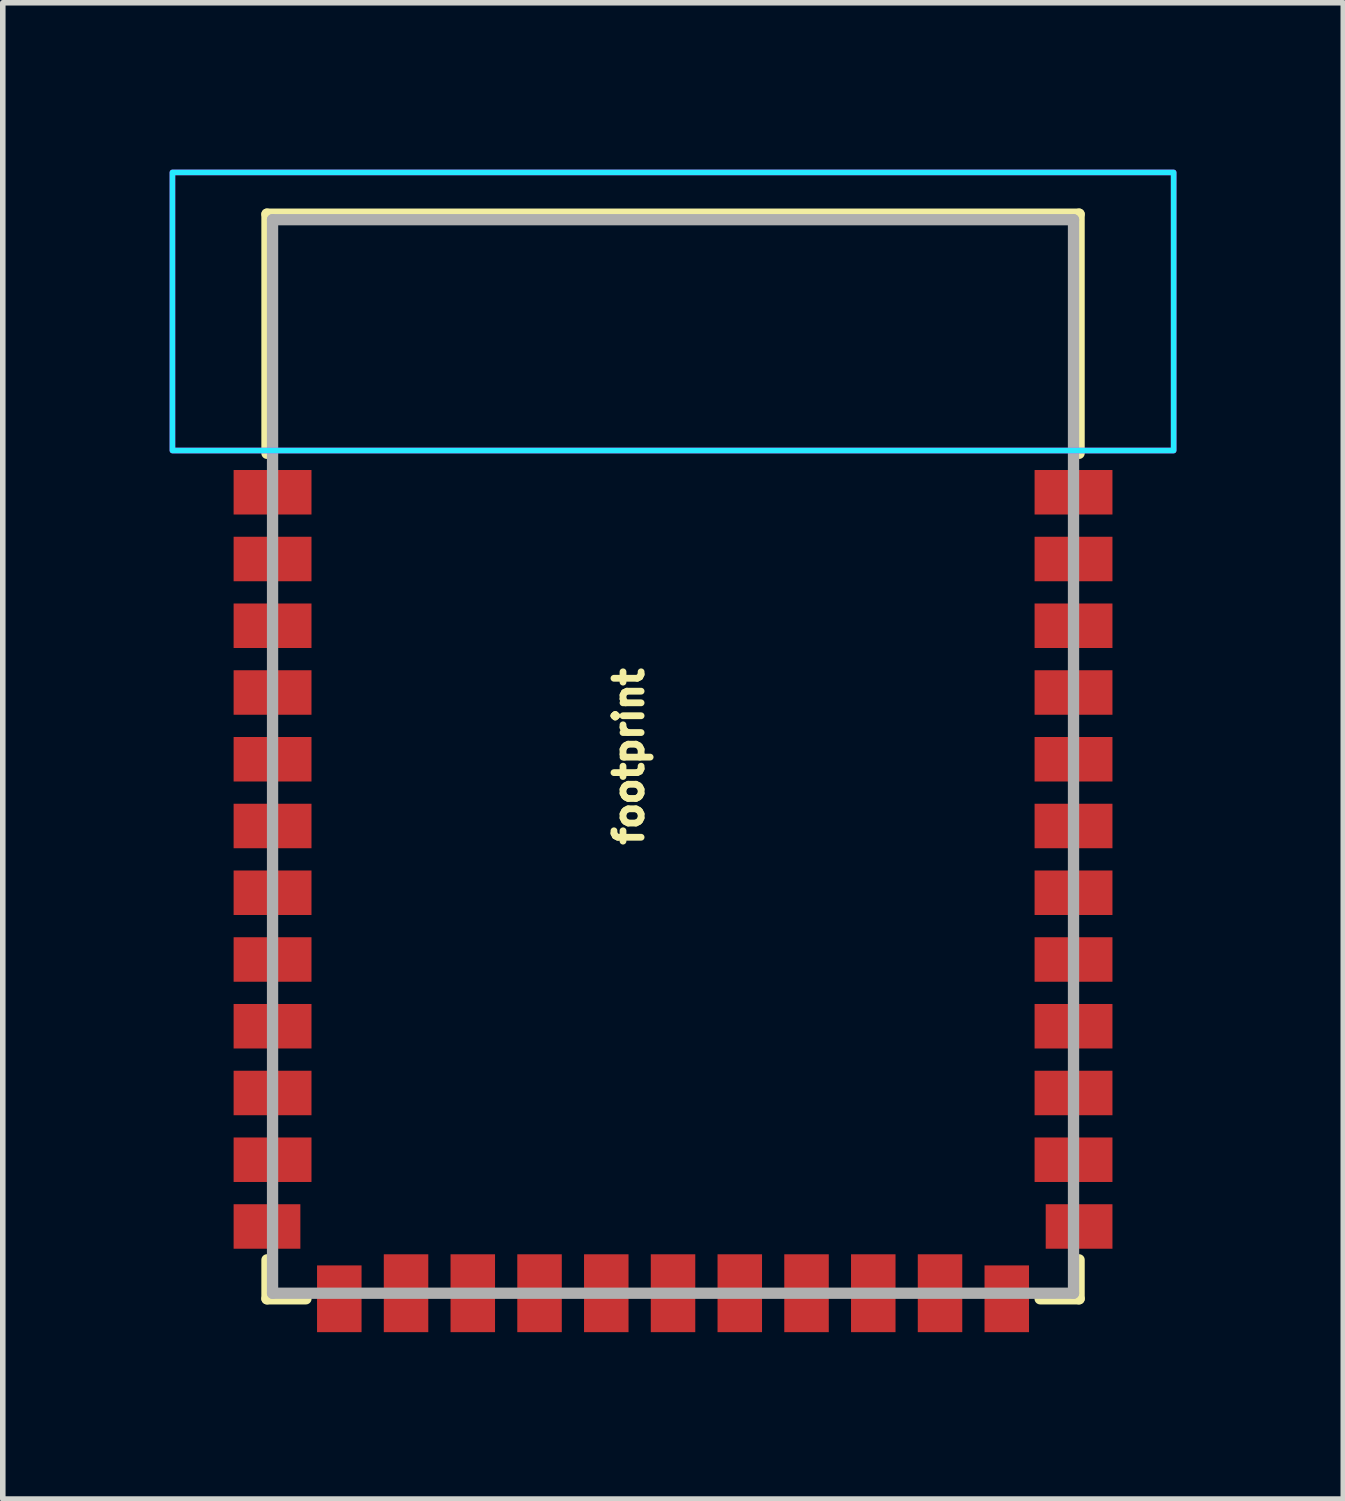
<source format=kicad_pcb>
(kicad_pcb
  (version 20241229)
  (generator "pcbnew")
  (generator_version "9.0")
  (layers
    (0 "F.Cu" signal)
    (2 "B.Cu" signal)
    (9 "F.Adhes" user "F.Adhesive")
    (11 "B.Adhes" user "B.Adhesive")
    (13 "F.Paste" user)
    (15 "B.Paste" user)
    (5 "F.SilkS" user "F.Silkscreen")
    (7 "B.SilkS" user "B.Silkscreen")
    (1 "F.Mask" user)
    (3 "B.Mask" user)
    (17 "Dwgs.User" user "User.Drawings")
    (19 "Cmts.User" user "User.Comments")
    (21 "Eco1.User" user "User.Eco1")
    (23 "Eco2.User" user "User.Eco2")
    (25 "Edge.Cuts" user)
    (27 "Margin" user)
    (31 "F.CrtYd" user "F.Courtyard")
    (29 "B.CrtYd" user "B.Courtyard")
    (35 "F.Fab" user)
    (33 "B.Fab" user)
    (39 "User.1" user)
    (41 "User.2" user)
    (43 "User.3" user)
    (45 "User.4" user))
  (footprint "footprint"
    (layer "F.Cu")
    (at 9.05 10.55)
    (property "Reference" "footprint" (at -0.508 0 90) (layer "F.SilkS") (effects (font (size 0.488 0.488) (thickness 0.122)) (justify bottom)))
    (fp_line (start -7.3 -9.75) (end 7.3 -9.75) (stroke (width 0.203) (type solid)) (layer "F.SilkS"))
    (fp_line (start -7.3 -5.45) (end -7.3 -9.75) (stroke (width 0.203) (type solid)) (layer "F.SilkS"))
    (fp_line (start -7.3 9.05) (end -7.3 9.75) (stroke (width 0.203) (type solid)) (layer "F.SilkS"))
    (fp_line (start -7.3 9.75) (end -6.6 9.75) (stroke (width 0.203) (type solid)) (layer "F.SilkS"))
    (fp_line (start 6.6 9.75) (end 7.3 9.75) (stroke (width 0.203) (type solid)) (layer "F.SilkS"))
    (fp_line (start 7.3 -9.75) (end 7.3 -5.45) (stroke (width 0.203) (type solid)) (layer "F.SilkS"))
    (fp_line (start 7.3 9.75) (end 7.3 9.05) (stroke (width 0.203) (type solid)) (layer "F.SilkS"))
    (fp_poly (pts (xy -9 -5.5) (xy 9 -5.5) (xy 9 -10.5) (xy -9 -10.5)) (stroke (width 0.1) (type solid)) (fill no) (layer "B.CrtYd"))
    (fp_poly (pts (xy -9 -5.5) (xy 9 -5.5) (xy 9 -10.5) (xy -9 -10.5)) (stroke (width 0.1) (type solid)) (fill no) (layer "F.CrtYd"))
    (fp_line (start -7.2 -9.65) (end 7.2 -9.65) (stroke (width 0.203) (type solid)) (layer "F.Fab"))
    (fp_line (start -7.2 9.65) (end -7.2 -9.65) (stroke (width 0.203) (type solid)) (layer "F.Fab"))
    (fp_line (start 7.2 -9.65) (end 7.2 9.65) (stroke (width 0.203) (type solid)) (layer "F.Fab"))
    (fp_line (start 7.2 9.65) (end -7.2 9.65) (stroke (width 0.203) (type solid)) (layer "F.Fab"))
    (pad "1" smd rect (at -7.2 -4.75) (size 1.4 0.8) (layers "F.Cu" "F.Mask" "F.Paste"))
    (pad "2" smd rect (at -7.2 -3.55) (size 1.4 0.8) (layers "F.Cu" "F.Mask" "F.Paste"))
    (pad "3" smd rect (at -7.2 -2.35) (size 1.4 0.8) (layers "F.Cu" "F.Mask" "F.Paste"))
    (pad "4" smd rect (at -7.2 -1.15) (size 1.4 0.8) (layers "F.Cu" "F.Mask" "F.Paste"))
    (pad "5" smd rect (at -7.2 0.05) (size 1.4 0.8) (layers "F.Cu" "F.Mask" "F.Paste"))
    (pad "6" smd rect (at -7.2 1.25) (size 1.4 0.8) (layers "F.Cu" "F.Mask" "F.Paste"))
    (pad "7" smd rect (at -7.2 2.45) (size 1.4 0.8) (layers "F.Cu" "F.Mask" "F.Paste"))
    (pad "8" smd rect (at -7.2 3.65) (size 1.4 0.8) (layers "F.Cu" "F.Mask" "F.Paste"))
    (pad "9" smd rect (at -7.2 4.85) (size 1.4 0.8) (layers "F.Cu" "F.Mask" "F.Paste"))
    (pad "10" smd rect (at -7.2 6.05) (size 1.4 0.8) (layers "F.Cu" "F.Mask" "F.Paste"))
    (pad "11" smd rect (at -7.2 7.25) (size 1.4 0.8) (layers "F.Cu" "F.Mask" "F.Paste"))
    (pad "12" smd rect (at -7.3 8.45) (size 1.2 0.8) (layers "F.Cu" "F.Mask" "F.Paste"))
    (pad "13" smd rect (at -6 9.75 90) (size 1.2 0.8) (layers "F.Cu" "F.Mask" "F.Paste"))
    (pad "14" smd rect (at -4.8 9.65 90) (size 1.4 0.8) (layers "F.Cu" "F.Mask" "F.Paste"))
    (pad "15" smd rect (at -3.6 9.65 90) (size 1.4 0.8) (layers "F.Cu" "F.Mask" "F.Paste"))
    (pad "16" smd rect (at -2.4 9.65 90) (size 1.4 0.8) (layers "F.Cu" "F.Mask" "F.Paste"))
    (pad "17" smd rect (at -1.2 9.65 90) (size 1.4 0.8) (layers "F.Cu" "F.Mask" "F.Paste"))
    (pad "18" smd rect (at 0 9.65 90) (size 1.4 0.8) (layers "F.Cu" "F.Mask" "F.Paste"))
    (pad "19" smd rect (at 1.2 9.65 90) (size 1.4 0.8) (layers "F.Cu" "F.Mask" "F.Paste"))
    (pad "20" smd rect (at 2.4 9.65 90) (size 1.4 0.8) (layers "F.Cu" "F.Mask" "F.Paste"))
    (pad "21" smd rect (at 3.6 9.65 90) (size 1.4 0.8) (layers "F.Cu" "F.Mask" "F.Paste"))
    (pad "22" smd rect (at 4.8 9.65 90) (size 1.4 0.8) (layers "F.Cu" "F.Mask" "F.Paste"))
    (pad "23" smd rect (at 6 9.75 90) (size 1.2 0.8) (layers "F.Cu" "F.Mask" "F.Paste"))
    (pad "24" smd rect (at 7.3 8.45) (size 1.2 0.8) (layers "F.Cu" "F.Mask" "F.Paste"))
    (pad "25" smd rect (at 7.2 7.25) (size 1.4 0.8) (layers "F.Cu" "F.Mask" "F.Paste"))
    (pad "26" smd rect (at 7.2 6.05) (size 1.4 0.8) (layers "F.Cu" "F.Mask" "F.Paste"))
    (pad "27" smd rect (at 7.2 4.85) (size 1.4 0.8) (layers "F.Cu" "F.Mask" "F.Paste"))
    (pad "28" smd rect (at 7.2 3.65) (size 1.4 0.8) (layers "F.Cu" "F.Mask" "F.Paste"))
    (pad "29" smd rect (at 7.2 2.45) (size 1.4 0.8) (layers "F.Cu" "F.Mask" "F.Paste"))
    (pad "30" smd rect (at 7.2 1.25) (size 1.4 0.8) (layers "F.Cu" "F.Mask" "F.Paste"))
    (pad "31" smd rect (at 7.2 0.05) (size 1.4 0.8) (layers "F.Cu" "F.Mask" "F.Paste"))
    (pad "32" smd rect (at 7.2 -1.15) (size 1.4 0.8) (layers "F.Cu" "F.Mask" "F.Paste"))
    (pad "33" smd rect (at 7.2 -2.35) (size 1.4 0.8) (layers "F.Cu" "F.Mask" "F.Paste"))
    (pad "34" smd rect (at 7.2 -3.55) (size 1.4 0.8) (layers "F.Cu" "F.Mask" "F.Paste"))
    (pad "35" smd rect (at 7.2 -4.75) (size 1.4 0.8) (layers "F.Cu" "F.Mask" "F.Paste"))
    (zone (net_name "") (layer "F.Cu") (hatch edge 0.508) (connect_pads) (min_thickness 0.254) (filled_areas_thickness no) (keepout (tracks not_allowed) (vias not_allowed) (pads not_allowed) (copperpour not_allowed) (footprints allowed)) (placement (enabled no)) (fill) (polygon (pts (xy 0.05 5.05) (xy 18.05 5.05) (xy 18.05 0.05) (xy 0.05 0.05))))
    (zone (net_name "") (layers "F.Cu" "B.Cu") (hatch edge 0.508) (connect_pads) (min_thickness 0.254) (filled_areas_thickness no) (keepout (tracks allowed) (vias not_allowed) (pads allowed) (copperpour allowed) (footprints allowed)) (placement (enabled no)) (fill) (polygon (pts (xy 0.05 5.05) (xy 18.05 5.05) (xy 18.05 0.05) (xy 0.05 0.05))))
    (zone (net_name "") (layer "B.Cu") (hatch edge 0.508) (connect_pads) (min_thickness 0.254) (filled_areas_thickness no) (keepout (tracks not_allowed) (vias not_allowed) (pads not_allowed) (copperpour not_allowed) (footprints allowed)) (placement (enabled no)) (fill) (polygon (pts (xy 0.05 5.05) (xy 18.05 5.05) (xy 18.05 0.05) (xy 0.05 0.05)))))
  (gr_rect
    (start -3 -3)
    (end 21.1 23.9)
    (stroke (width 0.1) (type default))
    (fill no)
    (layer "Edge.Cuts")))
</source>
